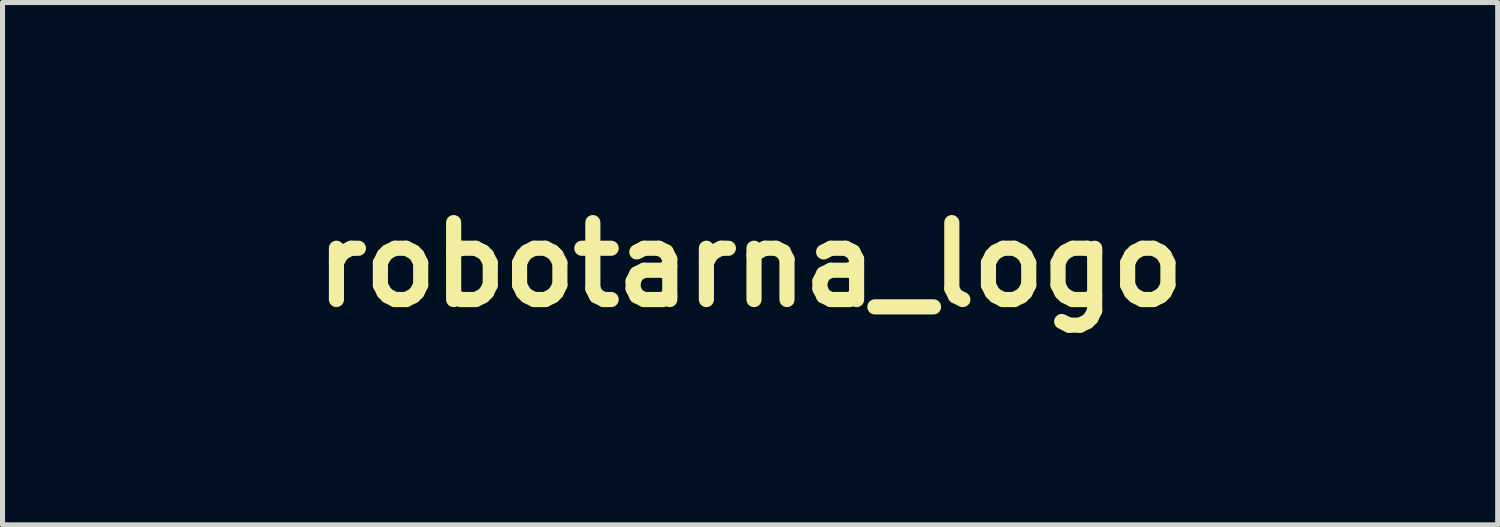
<source format=kicad_pcb>
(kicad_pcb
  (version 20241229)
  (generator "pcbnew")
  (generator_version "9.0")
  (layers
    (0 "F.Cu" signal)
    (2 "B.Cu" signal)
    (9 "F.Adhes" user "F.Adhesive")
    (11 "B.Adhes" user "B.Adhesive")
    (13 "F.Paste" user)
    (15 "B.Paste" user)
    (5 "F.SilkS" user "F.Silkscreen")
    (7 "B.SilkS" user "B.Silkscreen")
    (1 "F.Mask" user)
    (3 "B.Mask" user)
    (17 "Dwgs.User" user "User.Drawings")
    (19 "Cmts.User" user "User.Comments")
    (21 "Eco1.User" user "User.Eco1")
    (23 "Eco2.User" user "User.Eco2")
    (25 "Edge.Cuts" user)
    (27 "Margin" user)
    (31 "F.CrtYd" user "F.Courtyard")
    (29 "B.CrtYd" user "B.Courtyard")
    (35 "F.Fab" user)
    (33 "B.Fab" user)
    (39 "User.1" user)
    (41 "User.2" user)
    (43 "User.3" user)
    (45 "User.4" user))
  (footprint "robotarna_logo"
    (layer "F.Cu")
    (at 11.816 2.195)
    (property "Reference" "robotarna_logo" (at 0 0 0) (layer "F.SilkS") (effects (font (size 1.524 1.524) (thickness 0.3))))
    (attr through_hole)
    (fp_poly (pts (xy 1.333 -0.699) (xy 0.794 -0.699) (xy 0.794 1.587) (xy 0.254 1.587) (xy 0.254 -0.699) (xy -0.286 -0.699) (xy -0.286 -1.238) (xy 1.333 -1.238) (xy 1.333 -0.699)) (stroke (width 0.01) (type solid)) (fill no) (layer "Eco2.User"))
    (fp_poly (pts (xy 8.763 1.59) (xy 8.117 1.572) (xy 7.559 0.601) (xy 7.001 -0.37) (xy 6.992 0.609) (xy 6.984 1.587) (xy 6.445 1.587) (xy 6.445 -1.238) (xy 6.755 -1.238) (xy 7.064 -1.238) (xy 7.627 -0.246) (xy 8.191 0.746) (xy 8.191 -0.246) (xy 8.191 -1.238) (xy 8.763 -1.238) (xy 8.763 1.59)) (stroke (width 0.01) (type solid)) (fill no) (layer "Eco2.User"))
    (fp_poly (pts (xy -7.536 -0.086) (xy -7.437 -0.021) (xy -7.374 0.074) (xy -7.346 0.183) (xy -7.355 0.296) (xy -7.402 0.398) (xy -7.487 0.478) (xy -7.612 0.523) (xy -7.622 0.524) (xy -7.716 0.527) (xy -7.793 0.512) (xy -7.795 0.511) (xy -7.903 0.434) (xy -7.969 0.323) (xy -7.989 0.196) (xy -7.961 0.07) (xy -7.897 -0.023) (xy -7.819 -0.084) (xy -7.73 -0.108) (xy -7.668 -0.111) (xy -7.536 -0.086)) (stroke (width 0.01) (type solid)) (fill no) (layer "Eco2.User"))
    (fp_poly (pts (xy 3.095 -2.164) (xy 3.143 -2.097) (xy 3.196 -2.008) (xy 3.296 -1.827) (xy 2.862 -1.597) (xy 2.712 -1.518) (xy 2.581 -1.45) (xy 2.481 -1.399) (xy 2.421 -1.371) (xy 2.409 -1.366) (xy 2.382 -1.39) (xy 2.334 -1.453) (xy 2.292 -1.514) (xy 2.241 -1.599) (xy 2.211 -1.663) (xy 2.208 -1.685) (xy 2.24 -1.71) (xy 2.315 -1.759) (xy 2.422 -1.825) (xy 2.549 -1.901) (xy 2.683 -1.98) (xy 2.813 -2.056) (xy 2.927 -2.12) (xy 3.014 -2.167) (xy 3.062 -2.189) (xy 3.066 -2.19) (xy 3.095 -2.164)) (stroke (width 0.01) (type solid)) (fill no) (layer "Eco2.User"))
    (fp_poly (pts (xy -10.989 -1.236) (xy -10.786 -1.227) (xy -10.625 -1.21) (xy -10.496 -1.183) (xy -10.389 -1.144) (xy -10.292 -1.091) (xy -10.237 -1.054) (xy -10.1 -0.918) (xy -9.995 -0.738) (xy -9.93 -0.529) (xy -9.916 -0.433) (xy -9.919 -0.179) (xy -9.976 0.044) (xy -10.085 0.232) (xy -10.244 0.385) (xy -10.453 0.497) (xy -10.485 0.51) (xy -10.56 0.541) (xy -10.601 0.565) (xy -10.604 0.57) (xy -10.586 0.6) (xy -10.536 0.672) (xy -10.461 0.778) (xy -10.368 0.907) (xy -10.3 1) (xy -10.192 1.147) (xy -10.092 1.283) (xy -10.009 1.396) (xy -9.951 1.475) (xy -9.933 1.5) (xy -9.87 1.587) (xy -10.563 1.587) (xy -10.909 1.082) (xy -11.255 0.576) (xy -11.273 1.587) (xy -11.811 1.587) (xy -11.811 -0.699) (xy -11.271 -0.699) (xy -11.271 0.095) (xy -11.041 0.095) (xy -10.841 0.08) (xy -10.688 0.038) (xy -10.678 0.034) (xy -10.571 -0.029) (xy -10.509 -0.106) (xy -10.481 -0.217) (xy -10.477 -0.308) (xy -10.496 -0.456) (xy -10.555 -0.566) (xy -10.659 -0.641) (xy -10.812 -0.684) (xy -11.019 -0.698) (xy -11.032 -0.699) (xy -11.271 -0.699) (xy -11.811 -0.699) (xy -11.811 -1.238) (xy -11.245 -1.238) (xy -10.989 -1.236)) (stroke (width 0.01) (type solid)) (fill no) (layer "Eco2.User"))
    (fp_poly (pts (xy 11.212 0.127) (xy 11.328 0.404) (xy 11.437 0.665) (xy 11.537 0.902) (xy 11.624 1.111) (xy 11.696 1.285) (xy 11.751 1.417) (xy 11.785 1.502) (xy 11.797 1.533) (xy 11.801 1.559) (xy 11.784 1.575) (xy 11.736 1.583) (xy 11.645 1.584) (xy 11.509 1.581) (xy 11.202 1.572) (xy 10.915 0.887) (xy 10.42 0.896) (xy 9.924 0.905) (xy 9.636 1.586) (xy 9.327 1.587) (xy 9.186 1.587) (xy 9.097 1.584) (xy 9.051 1.575) (xy 9.036 1.558) (xy 9.041 1.53) (xy 9.047 1.516) (xy 9.064 1.473) (xy 9.104 1.377) (xy 9.163 1.235) (xy 9.239 1.053) (xy 9.328 0.838) (xy 9.429 0.595) (xy 9.539 0.331) (xy 9.544 0.319) (xy 10.16 0.319) (xy 10.189 0.333) (xy 10.267 0.343) (xy 10.38 0.349) (xy 10.427 0.349) (xy 10.694 0.349) (xy 10.562 -0.03) (xy 10.511 -0.171) (xy 10.466 -0.284) (xy 10.431 -0.36) (xy 10.411 -0.388) (xy 10.41 -0.387) (xy 10.392 -0.349) (xy 10.359 -0.266) (xy 10.317 -0.153) (xy 10.271 -0.026) (xy 10.227 0.1) (xy 10.191 0.21) (xy 10.167 0.289) (xy 10.16 0.319) (xy 9.544 0.319) (xy 9.631 0.111) (xy 10.188 -1.222) (xy 10.645 -1.222) (xy 11.212 0.127)) (stroke (width 0.01) (type solid)) (fill no) (layer "Eco2.User"))
    (fp_poly (pts (xy 3.383 0.175) (xy 3.5 0.455) (xy 3.61 0.716) (xy 3.709 0.954) (xy 3.796 1.162) (xy 3.868 1.334) (xy 3.922 1.465) (xy 3.956 1.549) (xy 3.969 1.581) (xy 3.969 1.581) (xy 3.939 1.584) (xy 3.86 1.584) (xy 3.745 1.583) (xy 3.661 1.581) (xy 3.354 1.572) (xy 3.212 1.23) (xy 3.071 0.889) (xy 2.575 0.89) (xy 2.08 0.89) (xy 1.936 1.231) (xy 1.792 1.572) (xy 1.483 1.581) (xy 1.352 1.584) (xy 1.249 1.584) (xy 1.187 1.583) (xy 1.175 1.581) (xy 1.187 1.55) (xy 1.221 1.467) (xy 1.274 1.337) (xy 1.345 1.165) (xy 1.431 0.958) (xy 1.529 0.721) (xy 1.638 0.459) (xy 1.684 0.349) (xy 2.29 0.349) (xy 2.558 0.349) (xy 2.679 0.346) (xy 2.772 0.337) (xy 2.821 0.325) (xy 2.826 0.32) (xy 2.815 0.278) (xy 2.788 0.192) (xy 2.75 0.077) (xy 2.705 -0.051) (xy 2.659 -0.177) (xy 2.619 -0.285) (xy 2.588 -0.361) (xy 2.575 -0.387) (xy 2.558 -0.368) (xy 2.525 -0.298) (xy 2.481 -0.19) (xy 2.431 -0.053) (xy 2.423 -0.03) (xy 2.29 0.349) (xy 1.684 0.349) (xy 1.754 0.179) (xy 1.756 0.175) (xy 2.337 -1.222) (xy 2.797 -1.222) (xy 3.383 0.175)) (stroke (width 0.01) (type solid)) (fill no) (layer "Eco2.User"))
    (fp_poly (pts (xy 4.85 -1.233) (xy 5.068 -1.228) (xy 5.233 -1.223) (xy 5.357 -1.217) (xy 5.449 -1.207) (xy 5.52 -1.193) (xy 5.581 -1.173) (xy 5.644 -1.147) (xy 5.645 -1.146) (xy 5.833 -1.029) (xy 5.976 -0.869) (xy 6.072 -0.669) (xy 6.119 -0.435) (xy 6.121 -0.238) (xy 6.103 -0.081) (xy 6.069 0.041) (xy 6.019 0.141) (xy 5.897 0.298) (xy 5.736 0.427) (xy 5.559 0.511) (xy 5.551 0.513) (xy 5.475 0.539) (xy 5.432 0.56) (xy 5.429 0.564) (xy 5.447 0.593) (xy 5.497 0.665) (xy 5.574 0.771) (xy 5.671 0.905) (xy 5.782 1.057) (xy 5.795 1.075) (xy 6.161 1.572) (xy 5.819 1.581) (xy 5.666 1.584) (xy 5.564 1.582) (xy 5.5 1.574) (xy 5.462 1.558) (xy 5.437 1.531) (xy 5.436 1.529) (xy 5.404 1.483) (xy 5.344 1.394) (xy 5.262 1.274) (xy 5.165 1.132) (xy 5.094 1.029) (xy 4.794 0.59) (xy 4.794 1.587) (xy 4.223 1.587) (xy 4.223 -0.699) (xy 4.794 -0.699) (xy 4.794 0.095) (xy 5.009 0.093) (xy 5.138 0.087) (xy 5.258 0.071) (xy 5.331 0.054) (xy 5.458 -0.02) (xy 5.537 -0.136) (xy 5.568 -0.292) (xy 5.568 -0.316) (xy 5.547 -0.463) (xy 5.479 -0.572) (xy 5.363 -0.647) (xy 5.196 -0.688) (xy 5.018 -0.699) (xy 4.794 -0.699) (xy 4.223 -0.699) (xy 4.223 -1.243) (xy 4.85 -1.233)) (stroke (width 0.01) (type solid)) (fill no) (layer "Eco2.User"))
    (fp_poly (pts (xy -1.527 -1.267) (xy -1.268 -1.198) (xy -1.025 -1.083) (xy -0.805 -0.926) (xy -0.617 -0.728) (xy -0.468 -0.491) (xy -0.363 -0.217) (xy -0.362 -0.211) (xy -0.319 0.058) (xy -0.326 0.342) (xy -0.379 0.624) (xy -0.476 0.883) (xy -0.519 0.963) (xy -0.659 1.149) (xy -0.846 1.321) (xy -1.062 1.467) (xy -1.292 1.575) (xy -1.432 1.617) (xy -1.595 1.64) (xy -1.788 1.646) (xy -1.983 1.635) (xy -2.149 1.608) (xy -2.169 1.603) (xy -2.457 1.493) (xy -2.709 1.335) (xy -2.92 1.135) (xy -3.085 0.898) (xy -3.201 0.63) (xy -3.262 0.338) (xy -3.27 0.175) (xy -3.269 0.164) (xy -2.705 0.164) (xy -2.676 0.417) (xy -2.592 0.638) (xy -2.456 0.824) (xy -2.27 0.973) (xy -2.073 1.067) (xy -1.907 1.103) (xy -1.715 1.102) (xy -1.52 1.069) (xy -1.346 1.004) (xy -1.334 0.997) (xy -1.144 0.861) (xy -1.004 0.685) (xy -0.915 0.474) (xy -0.879 0.229) (xy -0.878 0.191) (xy -0.882 0.045) (xy -0.901 -0.068) (xy -0.94 -0.177) (xy -0.963 -0.228) (xy -1.092 -0.427) (xy -1.257 -0.581) (xy -1.451 -0.688) (xy -1.662 -0.744) (xy -1.882 -0.75) (xy -2.101 -0.7) (xy -2.31 -0.595) (xy -2.355 -0.562) (xy -2.499 -0.416) (xy -2.612 -0.23) (xy -2.684 -0.024) (xy -2.705 0.164) (xy -3.269 0.164) (xy -3.241 -0.129) (xy -3.152 -0.41) (xy -3.005 -0.665) (xy -2.822 -0.874) (xy -2.588 -1.058) (xy -2.334 -1.187) (xy -2.068 -1.264) (xy -1.797 -1.29) (xy -1.527 -1.267)) (stroke (width 0.01) (type solid)) (fill no) (layer "Eco2.User"))
    (fp_poly (pts (xy -4.85 -1.237) (xy -4.668 -1.235) (xy -4.496 -1.229) (xy -4.351 -1.22) (xy -4.248 -1.209) (xy -4.223 -1.204) (xy -4.019 -1.128) (xy -3.855 -1.006) (xy -3.738 -0.842) (xy -3.671 -0.643) (xy -3.659 -0.554) (xy -3.66 -0.357) (xy -3.702 -0.2) (xy -3.787 -0.073) (xy -3.827 -0.035) (xy -3.89 0.024) (xy -3.91 0.056) (xy -3.89 0.074) (xy -3.872 0.08) (xy -3.77 0.135) (xy -3.665 0.23) (xy -3.577 0.345) (xy -3.555 0.384) (xy -3.517 0.481) (xy -3.498 0.601) (xy -3.493 0.753) (xy -3.513 0.974) (xy -3.571 1.153) (xy -3.675 1.3) (xy -3.772 1.387) (xy -3.873 1.455) (xy -3.98 1.506) (xy -4.105 1.543) (xy -4.257 1.567) (xy -4.448 1.581) (xy -4.687 1.587) (xy -4.791 1.587) (xy -5.334 1.587) (xy -5.334 1.088) (xy -4.794 1.088) (xy -4.545 1.073) (xy -4.356 1.052) (xy -4.221 1.013) (xy -4.187 0.996) (xy -4.093 0.909) (xy -4.045 0.796) (xy -4.043 0.674) (xy -4.088 0.559) (xy -4.178 0.469) (xy -4.203 0.454) (xy -4.286 0.426) (xy -4.408 0.402) (xy -4.545 0.388) (xy -4.548 0.387) (xy -4.794 0.373) (xy -4.794 1.088) (xy -5.334 1.088) (xy -5.334 -0.159) (xy -4.794 -0.159) (xy -4.628 -0.159) (xy -4.496 -0.171) (xy -4.377 -0.203) (xy -4.352 -0.214) (xy -4.251 -0.293) (xy -4.206 -0.394) (xy -4.219 -0.508) (xy -4.228 -0.53) (xy -4.296 -0.619) (xy -4.401 -0.673) (xy -4.552 -0.697) (xy -4.612 -0.698) (xy -4.794 -0.699) (xy -4.794 -0.159) (xy -5.334 -0.159) (xy -5.334 -1.238) (xy -4.85 -1.237)) (stroke (width 0.01) (type solid)) (fill no) (layer "Eco2.User"))
    (fp_poly (pts (xy -7.3 -1.701) (xy -6.963 -1.602) (xy -6.657 -1.453) (xy -6.388 -1.257) (xy -6.159 -1.02) (xy -5.975 -0.748) (xy -5.839 -0.445) (xy -5.757 -0.116) (xy -5.733 0.191) (xy -5.743 0.445) (xy -5.778 0.666) (xy -5.844 0.881) (xy -5.929 1.079) (xy -6.059 1.298) (xy -6.234 1.513) (xy -6.44 1.71) (xy -6.661 1.873) (xy -6.795 1.948) (xy -7.127 2.077) (xy -7.472 2.144) (xy -7.823 2.149) (xy -8.096 2.11) (xy -8.418 2.01) (xy -8.709 1.858) (xy -8.968 1.661) (xy -9.188 1.426) (xy -9.368 1.158) (xy -9.501 0.864) (xy -9.586 0.55) (xy -9.605 0.355) (xy -9.081 0.355) (xy -9.059 0.477) (xy -9.047 0.524) (xy -9.009 0.661) (xy -8.977 0.748) (xy -8.941 0.794) (xy -8.892 0.81) (xy -8.82 0.807) (xy -8.797 0.804) (xy -8.706 0.797) (xy -8.648 0.809) (xy -8.596 0.853) (xy -8.547 0.913) (xy -8.488 0.991) (xy -8.464 1.045) (xy -8.469 1.101) (xy -8.493 1.176) (xy -8.521 1.273) (xy -8.518 1.333) (xy -8.505 1.354) (xy -8.458 1.39) (xy -8.373 1.44) (xy -8.268 1.494) (xy -8.164 1.543) (xy -8.08 1.577) (xy -8.041 1.587) (xy -8.002 1.562) (xy -7.948 1.5) (xy -7.922 1.46) (xy -7.87 1.386) (xy -7.823 1.348) (xy -7.756 1.335) (xy -7.675 1.333) (xy -7.575 1.337) (xy -7.515 1.354) (xy -7.47 1.399) (xy -7.429 1.462) (xy -7.375 1.54) (xy -7.33 1.573) (xy -7.277 1.573) (xy -7.271 1.571) (xy -7.198 1.547) (xy -7.1 1.505) (xy -6.997 1.455) (xy -6.907 1.407) (xy -6.848 1.369) (xy -6.838 1.358) (xy -6.835 1.314) (xy -6.848 1.232) (xy -6.86 1.178) (xy -6.881 1.084) (xy -6.879 1.021) (xy -6.849 0.962) (xy -6.807 0.907) (xy -6.75 0.838) (xy -6.702 0.806) (xy -6.637 0.799) (xy -6.549 0.807) (xy -6.384 0.826) (xy -6.337 0.659) (xy -6.306 0.535) (xy -6.279 0.411) (xy -6.271 0.364) (xy -6.251 0.236) (xy -6.407 0.18) (xy -6.5 0.142) (xy -6.551 0.102) (xy -6.581 0.038) (xy -6.597 -0.025) (xy -6.615 -0.116) (xy -6.611 -0.175) (xy -6.576 -0.229) (xy -6.519 -0.291) (xy -6.406 -0.407) (xy -6.502 -0.545) (xy -6.579 -0.647) (xy -6.663 -0.743) (xy -6.694 -0.774) (xy -6.791 -0.866) (xy -6.931 -0.784) (xy -7.07 -0.702) (xy -7.201 -0.766) (xy -7.283 -0.813) (xy -7.326 -0.865) (xy -7.348 -0.948) (xy -7.353 -0.979) (xy -7.373 -1.072) (xy -7.398 -1.136) (xy -7.41 -1.15) (xy -7.466 -1.166) (xy -7.562 -1.173) (xy -7.679 -1.174) (xy -7.797 -1.169) (xy -7.896 -1.158) (xy -7.957 -1.141) (xy -7.963 -1.137) (xy -7.987 -1.082) (xy -8 -0.995) (xy -8.001 -0.968) (xy -8.005 -0.889) (xy -8.028 -0.839) (xy -8.085 -0.798) (xy -8.145 -0.768) (xy -8.288 -0.699) (xy -8.417 -0.78) (xy -8.498 -0.828) (xy -8.551 -0.842) (xy -8.596 -0.828) (xy -8.617 -0.815) (xy -8.671 -0.765) (xy -8.743 -0.681) (xy -8.81 -0.59) (xy -8.933 -0.412) (xy -8.83 -0.305) (xy -8.766 -0.233) (xy -8.741 -0.173) (xy -8.742 -0.094) (xy -8.748 -0.052) (xy -8.77 0.051) (xy -8.806 0.115) (xy -8.875 0.158) (xy -8.961 0.189) (xy -9.036 0.223) (xy -9.074 0.274) (xy -9.081 0.355) (xy -9.605 0.355) (xy -9.617 0.224) (xy -9.591 -0.109) (xy -9.558 -0.266) (xy -9.443 -0.594) (xy -9.279 -0.889) (xy -9.072 -1.146) (xy -8.827 -1.361) (xy -8.55 -1.532) (xy -8.248 -1.654) (xy -7.927 -1.724) (xy -7.592 -1.737) (xy -7.3 -1.701)) (stroke (width 0.01) (type solid)) (fill no) (layer "Eco2.User")))
  (gr_rect
    (start -3 -3)
    (end 26.622 7.349)
    (stroke (width 0.1) (type default))
    (fill no)
    (layer "Edge.Cuts")))
</source>
